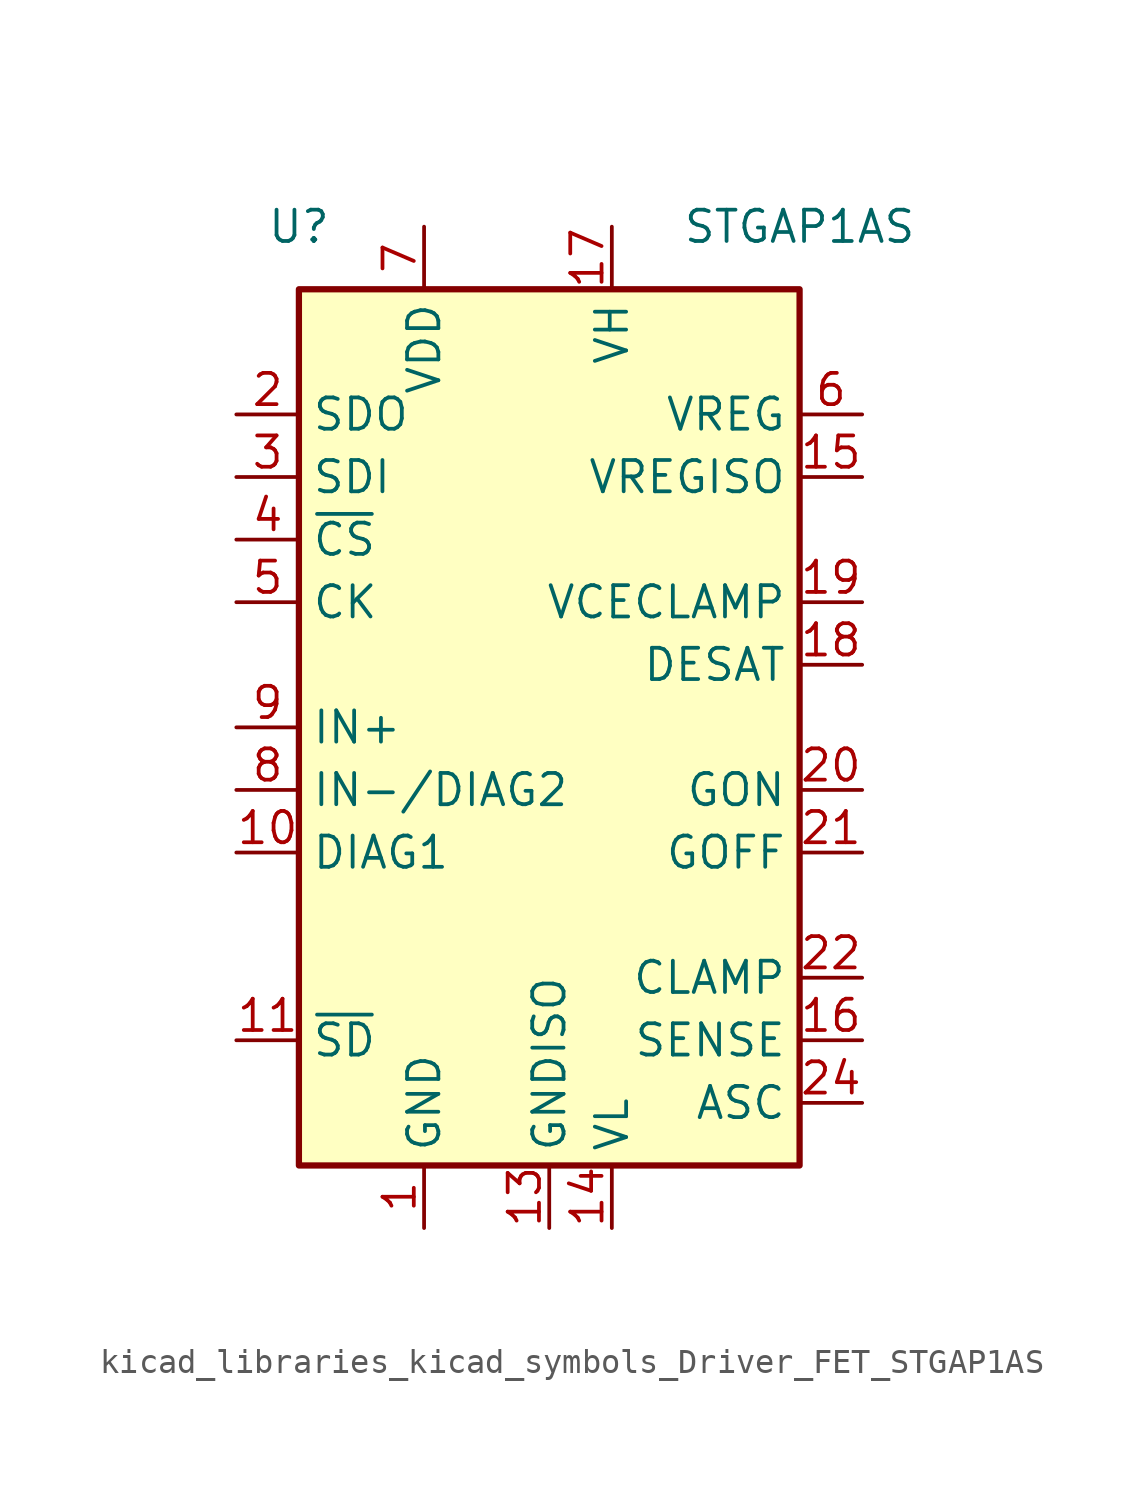
<source format=kicad_sym>
(kicad_symbol_lib
  (version 20220914)
  (generator kicad_symbol_editor)
  (symbol "kicad_libraries_kicad_symbols_Driver_FET_STGAP1AS"
    (property "Reference" "U"
      (at -10.16 20.32 0)
      (effects (font (size 1.27 1.27))))
    (property "Value" "STGAP1AS"
      (at 10.16 20.32 0)
      (effects (font (size 1.27 1.27))))
    (symbol "kicad_libraries_kicad_symbols_Driver_FET_STGAP1AS_0_1"
      (rectangle (start -10.16 -17.78) (end 10.16 17.78) (stroke (width 0.254) (type default)) (fill (type background))))
    (symbol "kicad_libraries_kicad_symbols_Driver_FET_STGAP1AS_1_1"
      (pin power_in line (at -5.08 -20.32 90) (length 2.54) (name "GND" (effects (font (size 1.27 1.27)))) (number "1" (effects (font (size 1.27 1.27)))))
      (pin open_collector line (at -12.7 -5.08 0) (length 2.54) (name "DIAG1" (effects (font (size 1.27 1.27)))) (number "10" (effects (font (size 1.27 1.27)))))
      (pin input line (at -12.7 -12.7 0) (length 2.54) (name "~{SD}" (effects (font (size 1.27 1.27)))) (number "11" (effects (font (size 1.27 1.27)))))
      (pin passive line (at -5.08 -20.32 90) (length 2.54) hide (name "GND" (effects (font (size 1.27 1.27)))) (number "12" (effects (font (size 1.27 1.27)))))
      (pin power_in line (at 0 -20.32 90) (length 2.54) (name "GNDISO" (effects (font (size 1.27 1.27)))) (number "13" (effects (font (size 1.27 1.27)))))
      (pin power_in line (at 2.54 -20.32 90) (length 2.54) (name "VL" (effects (font (size 1.27 1.27)))) (number "14" (effects (font (size 1.27 1.27)))))
      (pin power_out line (at 12.7 10.16 180) (length 2.54) (name "VREGISO" (effects (font (size 1.27 1.27)))) (number "15" (effects (font (size 1.27 1.27)))))
      (pin input line (at 12.7 -12.7 180) (length 2.54) (name "SENSE" (effects (font (size 1.27 1.27)))) (number "16" (effects (font (size 1.27 1.27)))))
      (pin power_in line (at 2.54 20.32 270) (length 2.54) (name "VH" (effects (font (size 1.27 1.27)))) (number "17" (effects (font (size 1.27 1.27)))))
      (pin passive line (at 12.7 2.54 180) (length 2.54) (name "DESAT" (effects (font (size 1.27 1.27)))) (number "18" (effects (font (size 1.27 1.27)))))
      (pin input line (at 12.7 5.08 180) (length 2.54) (name "VCECLAMP" (effects (font (size 1.27 1.27)))) (number "19" (effects (font (size 1.27 1.27)))))
      (pin output line (at -12.7 12.7 0) (length 2.54) (name "SDO" (effects (font (size 1.27 1.27)))) (number "2" (effects (font (size 1.27 1.27)))))
      (pin output line (at 12.7 -2.54 180) (length 2.54) (name "GON" (effects (font (size 1.27 1.27)))) (number "20" (effects (font (size 1.27 1.27)))))
      (pin output line (at 12.7 -5.08 180) (length 2.54) (name "GOFF" (effects (font (size 1.27 1.27)))) (number "21" (effects (font (size 1.27 1.27)))))
      (pin output line (at 12.7 -10.16 180) (length 2.54) (name "CLAMP" (effects (font (size 1.27 1.27)))) (number "22" (effects (font (size 1.27 1.27)))))
      (pin passive line (at 2.54 -20.32 90) (length 2.54) hide (name "VL" (effects (font (size 1.27 1.27)))) (number "23" (effects (font (size 1.27 1.27)))))
      (pin input line (at 12.7 -15.24 180) (length 2.54) (name "ASC" (effects (font (size 1.27 1.27)))) (number "24" (effects (font (size 1.27 1.27)))))
      (pin input line (at -12.7 10.16 0) (length 2.54) (name "SDI" (effects (font (size 1.27 1.27)))) (number "3" (effects (font (size 1.27 1.27)))))
      (pin input line (at -12.7 7.62 0) (length 2.54) (name "~{CS}" (effects (font (size 1.27 1.27)))) (number "4" (effects (font (size 1.27 1.27)))))
      (pin input line (at -12.7 5.08 0) (length 2.54) (name "CK" (effects (font (size 1.27 1.27)))) (number "5" (effects (font (size 1.27 1.27)))))
      (pin power_out line (at 12.7 12.7 180) (length 2.54) (name "VREG" (effects (font (size 1.27 1.27)))) (number "6" (effects (font (size 1.27 1.27)))))
      (pin power_in line (at -5.08 20.32 270) (length 2.54) (name "VDD" (effects (font (size 1.27 1.27)))) (number "7" (effects (font (size 1.27 1.27)))))
      (pin bidirectional line (at -12.7 -2.54 0) (length 2.54) (name "IN-/DIAG2" (effects (font (size 1.27 1.27)))) (number "8" (effects (font (size 1.27 1.27)))))
      (pin input line (at -12.7 0 0) (length 2.54) (name "IN+" (effects (font (size 1.27 1.27)))) (number "9" (effects (font (size 1.27 1.27))))))))
</source>
